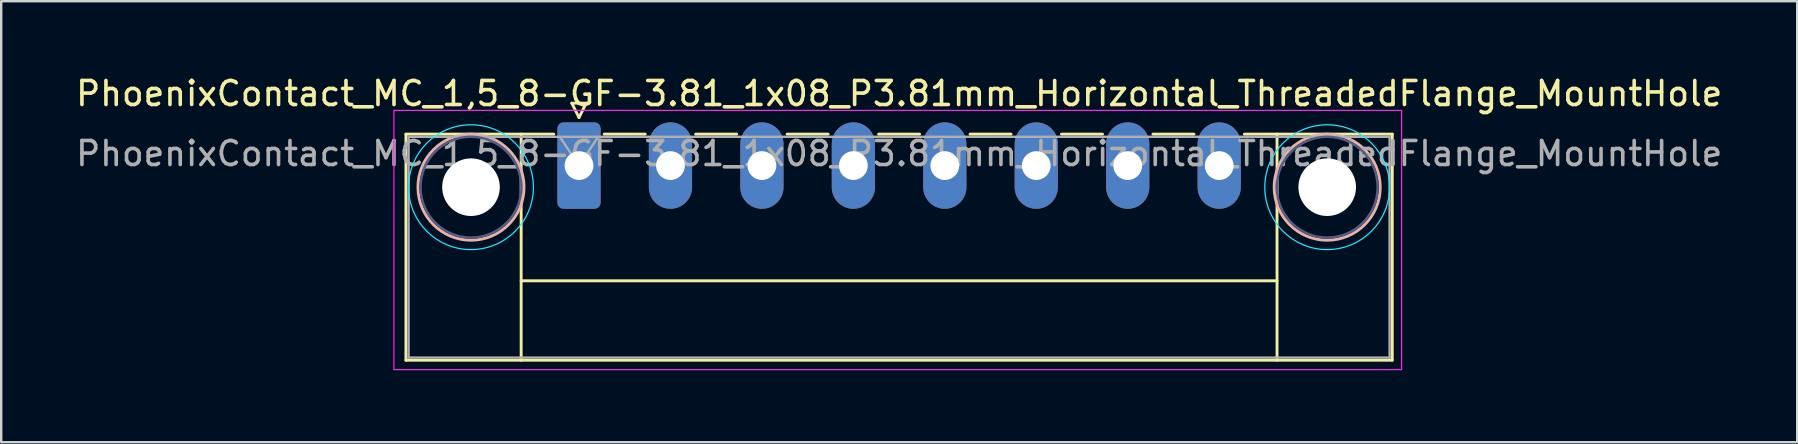
<source format=kicad_pcb>
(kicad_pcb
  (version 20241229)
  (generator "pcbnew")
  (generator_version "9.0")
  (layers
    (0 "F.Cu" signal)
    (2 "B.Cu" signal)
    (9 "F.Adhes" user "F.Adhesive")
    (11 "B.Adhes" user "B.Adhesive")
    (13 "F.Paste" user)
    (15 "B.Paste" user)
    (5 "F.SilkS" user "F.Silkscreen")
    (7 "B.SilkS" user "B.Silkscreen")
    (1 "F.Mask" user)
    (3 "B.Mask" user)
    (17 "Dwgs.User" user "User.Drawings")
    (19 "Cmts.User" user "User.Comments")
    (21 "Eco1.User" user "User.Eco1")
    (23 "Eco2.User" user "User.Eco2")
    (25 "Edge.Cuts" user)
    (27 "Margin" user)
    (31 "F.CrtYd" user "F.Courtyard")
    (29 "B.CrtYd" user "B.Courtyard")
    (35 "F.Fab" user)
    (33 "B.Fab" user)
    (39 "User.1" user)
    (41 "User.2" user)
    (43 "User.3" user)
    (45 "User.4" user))
  (footprint "PhoenixContact_MC_1,5_8-GF-3.81_1x08_P3.81mm_Horizontal_ThreadedFlange_MountHole"
    (layer "F.Cu")
    (at 21.071 3.848)
    (property "Reference" "PhoenixContact_MC_1,5_8-GF-3.81_1x08_P3.81mm_Horizontal_ThreadedFlange_MountHole" (at 13.34 -3 0) (layer "F.SilkS") (effects (font (size 1 1) (thickness 0.15))))
    (attr through_hole)
    (fp_line (start -7.21 -1.31) (end -7.21 8.11) (stroke (width 0.12) (type solid)) (layer "F.SilkS"))
    (fp_line (start -7.21 -1.31) (end -1.05 -1.31) (stroke (width 0.12) (type solid)) (layer "F.SilkS"))
    (fp_line (start -7.21 8.11) (end 33.88 8.11) (stroke (width 0.12) (type solid)) (layer "F.SilkS"))
    (fp_line (start -2.41 -1.31) (end -2.41 8.11) (stroke (width 0.12) (type solid)) (layer "F.SilkS"))
    (fp_line (start -2.41 4.8) (end 29.08 4.8) (stroke (width 0.12) (type solid)) (layer "F.SilkS"))
    (fp_line (start -0.3 -2.6) (end 0.3 -2.6) (stroke (width 0.12) (type solid)) (layer "F.SilkS"))
    (fp_line (start 0 -2) (end -0.3 -2.6) (stroke (width 0.12) (type solid)) (layer "F.SilkS"))
    (fp_line (start 0.3 -2.6) (end 0 -2) (stroke (width 0.12) (type solid)) (layer "F.SilkS"))
    (fp_line (start 1.05 -1.31) (end 2.76 -1.31) (stroke (width 0.12) (type solid)) (layer "F.SilkS"))
    (fp_line (start 4.86 -1.31) (end 6.57 -1.31) (stroke (width 0.12) (type solid)) (layer "F.SilkS"))
    (fp_line (start 8.67 -1.31) (end 10.38 -1.31) (stroke (width 0.12) (type solid)) (layer "F.SilkS"))
    (fp_line (start 12.48 -1.31) (end 14.19 -1.31) (stroke (width 0.12) (type solid)) (layer "F.SilkS"))
    (fp_line (start 16.29 -1.31) (end 18 -1.31) (stroke (width 0.12) (type solid)) (layer "F.SilkS"))
    (fp_line (start 20.1 -1.31) (end 21.81 -1.31) (stroke (width 0.12) (type solid)) (layer "F.SilkS"))
    (fp_line (start 23.91 -1.31) (end 25.62 -1.31) (stroke (width 0.12) (type solid)) (layer "F.SilkS"))
    (fp_line (start 29.08 -1.31) (end 29.08 8.11) (stroke (width 0.12) (type solid)) (layer "F.SilkS"))
    (fp_line (start 33.88 -1.31) (end 27.72 -1.31) (stroke (width 0.12) (type solid)) (layer "F.SilkS"))
    (fp_line (start 33.88 8.11) (end 33.88 -1.31) (stroke (width 0.12) (type solid)) (layer "F.SilkS"))
    (fp_circle (center -4.5 0.9) (end -2.29 0.9) (stroke (width 0.12) (type solid)) (fill no) (layer "B.SilkS"))
    (fp_circle (center 31.17 0.9) (end 33.38 0.9) (stroke (width 0.12) (type solid)) (fill no) (layer "B.SilkS"))
    (fp_circle (center -4.5 0.9) (end -1.9 0.9) (stroke (width 0.05) (type solid)) (fill no) (layer "B.CrtYd"))
    (fp_circle (center 31.17 0.9) (end 33.77 0.9) (stroke (width 0.05) (type solid)) (fill no) (layer "B.CrtYd"))
    (fp_line (start -7.71 -2.3) (end -7.71 8.5) (stroke (width 0.05) (type solid)) (layer "F.CrtYd"))
    (fp_line (start -7.71 8.5) (end 34.27 8.5) (stroke (width 0.05) (type solid)) (layer "F.CrtYd"))
    (fp_line (start 34.27 -2.3) (end -7.71 -2.3) (stroke (width 0.05) (type solid)) (layer "F.CrtYd"))
    (fp_line (start 34.27 8.5) (end 34.27 -2.3) (stroke (width 0.05) (type solid)) (layer "F.CrtYd"))
    (fp_circle (center -4.5 0.9) (end -2.4 0.9) (stroke (width 0.1) (type solid)) (fill no) (layer "B.Fab"))
    (fp_circle (center 31.17 0.9) (end 33.27 0.9) (stroke (width 0.1) (type solid)) (fill no) (layer "B.Fab"))
    (fp_line (start -7.1 -1.2) (end -7.1 8) (stroke (width 0.1) (type solid)) (layer "F.Fab"))
    (fp_line (start -7.1 8) (end 33.77 8) (stroke (width 0.1) (type solid)) (layer "F.Fab"))
    (fp_line (start 0 0) (end -0.8 -1.2) (stroke (width 0.1) (type solid)) (layer "F.Fab"))
    (fp_line (start 0.8 -1.2) (end 0 0) (stroke (width 0.1) (type solid)) (layer "F.Fab"))
    (fp_line (start 33.77 -1.2) (end -7.1 -1.2) (stroke (width 0.1) (type solid)) (layer "F.Fab"))
    (fp_line (start 33.77 8) (end 33.77 -1.2) (stroke (width 0.1) (type solid)) (layer "F.Fab"))
    (fp_text user "${REFERENCE}" (at 13.34 -0.5 0) (layer "F.Fab") (effects (font (size 1 1) (thickness 0.15))))
    (pad "" np_thru_hole circle (at -4.5 0.9) (size 2.4 2.4) (drill 2.4) (layers "*.Cu" "*.Mask"))
    (pad "" np_thru_hole circle (at 31.17 0.9) (size 2.4 2.4) (drill 2.4) (layers "*.Cu" "*.Mask"))
    (pad "1" thru_hole roundrect (at 0 0) (size 1.8 3.6) (drill 1.2) (layers "*.Cu" "*.Mask") (roundrect_rratio 0.139))
    (pad "2" thru_hole oval (at 3.81 0) (size 1.8 3.6) (drill 1.2) (layers "*.Cu" "*.Mask"))
    (pad "3" thru_hole oval (at 7.62 0) (size 1.8 3.6) (drill 1.2) (layers "*.Cu" "*.Mask"))
    (pad "4" thru_hole oval (at 11.43 0) (size 1.8 3.6) (drill 1.2) (layers "*.Cu" "*.Mask"))
    (pad "5" thru_hole oval (at 15.24 0) (size 1.8 3.6) (drill 1.2) (layers "*.Cu" "*.Mask"))
    (pad "6" thru_hole oval (at 19.05 0) (size 1.8 3.6) (drill 1.2) (layers "*.Cu" "*.Mask"))
    (pad "7" thru_hole oval (at 22.86 0) (size 1.8 3.6) (drill 1.2) (layers "*.Cu" "*.Mask"))
    (pad "8" thru_hole oval (at 26.67 0) (size 1.8 3.6) (drill 1.2) (layers "*.Cu" "*.Mask")))
  (gr_rect
    (start -3 -3)
    (end 71.821 15.373)
    (stroke (width 0.1) (type default))
    (fill no)
    (layer "Edge.Cuts")))
</source>
